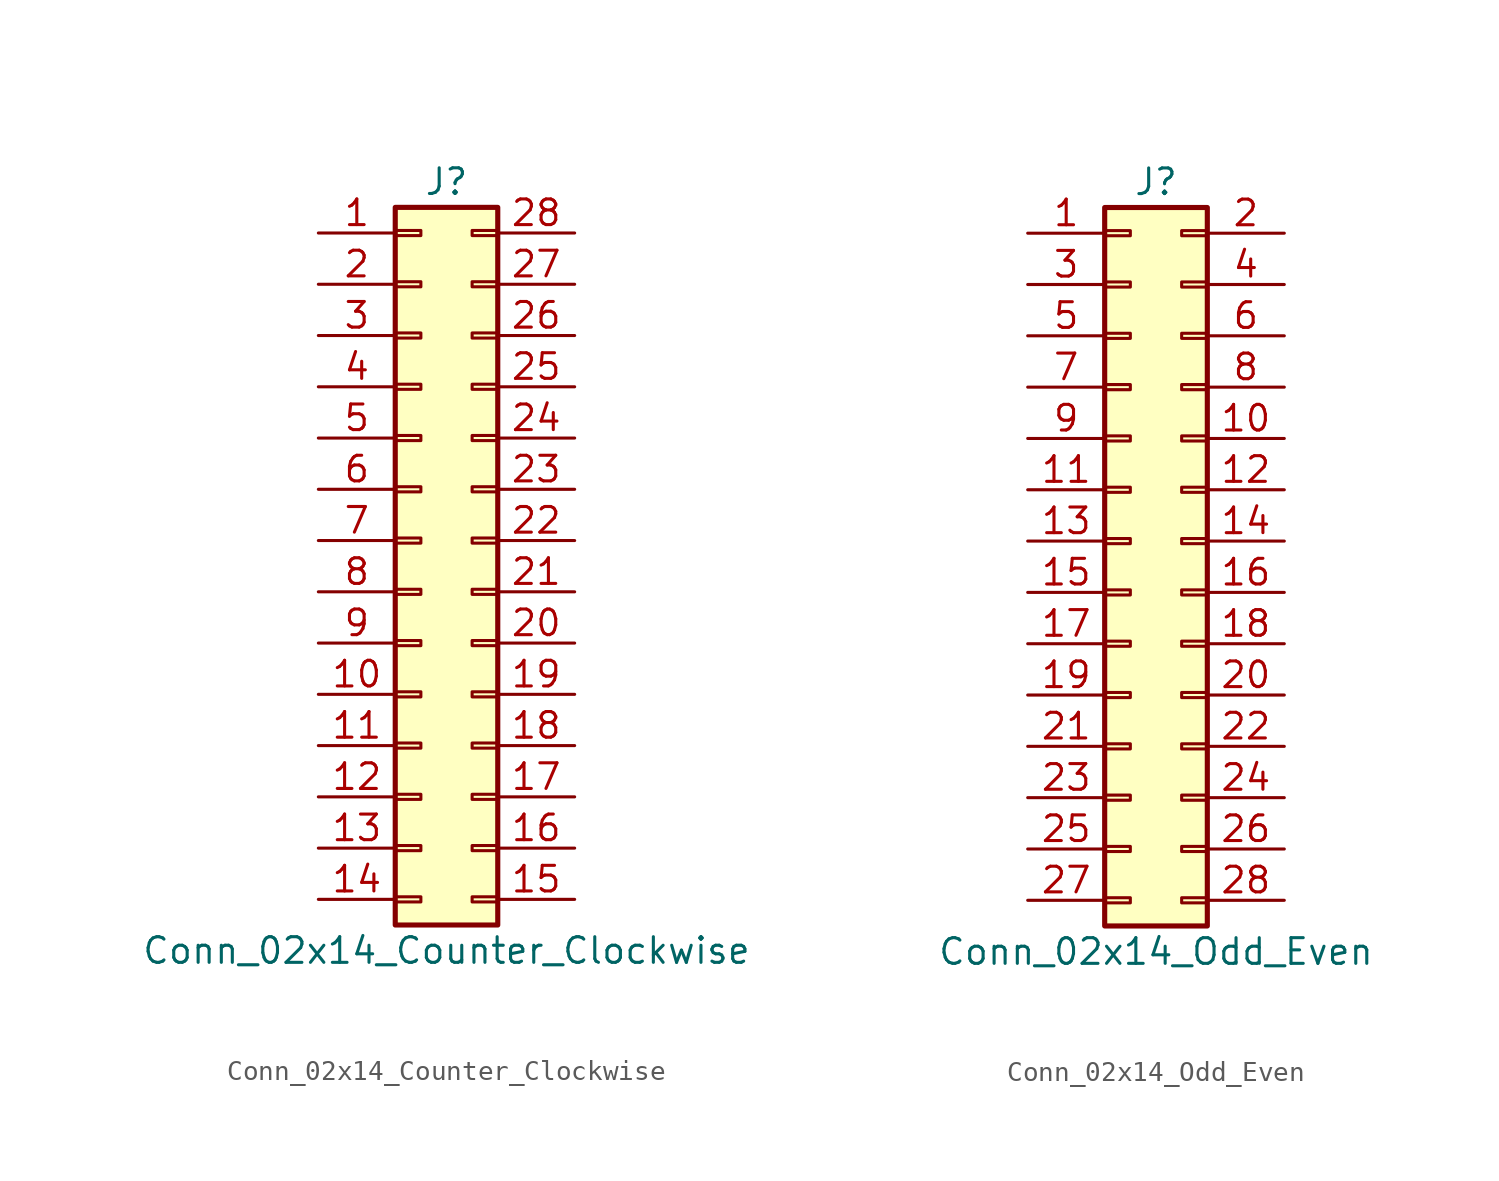
<source format=kicad_sym>
(kicad_symbol_lib
  (version 20201005)
  (generator kicad_symbol_editor)
  (symbol "Connector_Generic:Conn_02x14_Counter_Clockwise"
    (pin_names
      (offset 1.016) hide)
    (property "Reference" "J"
      (at 1.27 17.78 0)
      (effects (font (size 1.27 1.27))))
    (property "Value" "Conn_02x14_Counter_Clockwise"
      (at 1.27 -20.32 0)
      (effects (font (size 1.27 1.27))))
    (symbol "Conn_02x14_Counter_Clockwise_1_1"
      (rectangle (start -1.27 -4.953) (end 0 -5.207) (stroke (width 0.152)) (fill (type none)))
      (rectangle (start -1.27 -7.493) (end 0 -7.747) (stroke (width 0.152)) (fill (type none)))
      (rectangle (start -1.27 -10.033) (end 0 -10.287) (stroke (width 0.152)) (fill (type none)))
      (rectangle (start -1.27 -12.573) (end 0 -12.827) (stroke (width 0.152)) (fill (type none)))
      (rectangle (start -1.27 -15.113) (end 0 -15.367) (stroke (width 0.152)) (fill (type none)))
      (rectangle (start -1.27 -17.653) (end 0 -17.907) (stroke (width 0.152)) (fill (type none)))
      (rectangle (start -1.27 -2.413) (end 0 -2.667) (stroke (width 0.152)) (fill (type none)))
      (rectangle (start -1.27 2.667) (end 0 2.413) (stroke (width 0.152)) (fill (type none)))
      (rectangle (start -1.27 5.207) (end 0 4.953) (stroke (width 0.152)) (fill (type none)))
      (rectangle (start -1.27 7.747) (end 0 7.493) (stroke (width 0.152)) (fill (type none)))
      (rectangle (start -1.27 10.287) (end 0 10.033) (stroke (width 0.152)) (fill (type none)))
      (rectangle (start -1.27 0.127) (end 0 -0.127) (stroke (width 0.152)) (fill (type none)))
      (rectangle (start -1.27 12.827) (end 0 12.573) (stroke (width 0.152)) (fill (type none)))
      (rectangle (start -1.27 15.367) (end 0 15.113) (stroke (width 0.152)) (fill (type none)))
      (rectangle (start -1.27 16.51) (end 3.81 -19.05) (stroke (width 0.254)) (fill (type background)))
      (rectangle (start 3.81 -4.953) (end 2.54 -5.207) (stroke (width 0.152)) (fill (type none)))
      (rectangle (start 3.81 -7.493) (end 2.54 -7.747) (stroke (width 0.152)) (fill (type none)))
      (rectangle (start 3.81 -10.033) (end 2.54 -10.287) (stroke (width 0.152)) (fill (type none)))
      (rectangle (start 3.81 -12.573) (end 2.54 -12.827) (stroke (width 0.152)) (fill (type none)))
      (rectangle (start 3.81 -15.113) (end 2.54 -15.367) (stroke (width 0.152)) (fill (type none)))
      (rectangle (start 3.81 -17.653) (end 2.54 -17.907) (stroke (width 0.152)) (fill (type none)))
      (rectangle (start 3.81 -2.413) (end 2.54 -2.667) (stroke (width 0.152)) (fill (type none)))
      (rectangle (start 3.81 2.667) (end 2.54 2.413) (stroke (width 0.152)) (fill (type none)))
      (rectangle (start 3.81 5.207) (end 2.54 4.953) (stroke (width 0.152)) (fill (type none)))
      (rectangle (start 3.81 7.747) (end 2.54 7.493) (stroke (width 0.152)) (fill (type none)))
      (rectangle (start 3.81 10.287) (end 2.54 10.033) (stroke (width 0.152)) (fill (type none)))
      (rectangle (start 3.81 0.127) (end 2.54 -0.127) (stroke (width 0.152)) (fill (type none)))
      (rectangle (start 3.81 12.827) (end 2.54 12.573) (stroke (width 0.152)) (fill (type none)))
      (rectangle (start 3.81 15.367) (end 2.54 15.113) (stroke (width 0.152)) (fill (type none)))
      (pin passive line (at -5.08 15.24 0) (length 3.81) (name "Pin_1" (effects (font (size 1.27 1.27)))) (number "1" (effects (font (size 1.27 1.27)))))
      (pin passive line (at -5.08 -7.62 0) (length 3.81) (name "Pin_10" (effects (font (size 1.27 1.27)))) (number "10" (effects (font (size 1.27 1.27)))))
      (pin passive line (at -5.08 -10.16 0) (length 3.81) (name "Pin_11" (effects (font (size 1.27 1.27)))) (number "11" (effects (font (size 1.27 1.27)))))
      (pin passive line (at -5.08 -12.7 0) (length 3.81) (name "Pin_12" (effects (font (size 1.27 1.27)))) (number "12" (effects (font (size 1.27 1.27)))))
      (pin passive line (at -5.08 -15.24 0) (length 3.81) (name "Pin_13" (effects (font (size 1.27 1.27)))) (number "13" (effects (font (size 1.27 1.27)))))
      (pin passive line (at -5.08 -17.78 0) (length 3.81) (name "Pin_14" (effects (font (size 1.27 1.27)))) (number "14" (effects (font (size 1.27 1.27)))))
      (pin passive line (at 7.62 -17.78 180) (length 3.81) (name "Pin_15" (effects (font (size 1.27 1.27)))) (number "15" (effects (font (size 1.27 1.27)))))
      (pin passive line (at 7.62 -15.24 180) (length 3.81) (name "Pin_16" (effects (font (size 1.27 1.27)))) (number "16" (effects (font (size 1.27 1.27)))))
      (pin passive line (at 7.62 -12.7 180) (length 3.81) (name "Pin_17" (effects (font (size 1.27 1.27)))) (number "17" (effects (font (size 1.27 1.27)))))
      (pin passive line (at 7.62 -10.16 180) (length 3.81) (name "Pin_18" (effects (font (size 1.27 1.27)))) (number "18" (effects (font (size 1.27 1.27)))))
      (pin passive line (at 7.62 -7.62 180) (length 3.81) (name "Pin_19" (effects (font (size 1.27 1.27)))) (number "19" (effects (font (size 1.27 1.27)))))
      (pin passive line (at -5.08 12.7 0) (length 3.81) (name "Pin_2" (effects (font (size 1.27 1.27)))) (number "2" (effects (font (size 1.27 1.27)))))
      (pin passive line (at 7.62 -5.08 180) (length 3.81) (name "Pin_20" (effects (font (size 1.27 1.27)))) (number "20" (effects (font (size 1.27 1.27)))))
      (pin passive line (at 7.62 -2.54 180) (length 3.81) (name "Pin_21" (effects (font (size 1.27 1.27)))) (number "21" (effects (font (size 1.27 1.27)))))
      (pin passive line (at 7.62 0 180) (length 3.81) (name "Pin_22" (effects (font (size 1.27 1.27)))) (number "22" (effects (font (size 1.27 1.27)))))
      (pin passive line (at 7.62 2.54 180) (length 3.81) (name "Pin_23" (effects (font (size 1.27 1.27)))) (number "23" (effects (font (size 1.27 1.27)))))
      (pin passive line (at 7.62 5.08 180) (length 3.81) (name "Pin_24" (effects (font (size 1.27 1.27)))) (number "24" (effects (font (size 1.27 1.27)))))
      (pin passive line (at 7.62 7.62 180) (length 3.81) (name "Pin_25" (effects (font (size 1.27 1.27)))) (number "25" (effects (font (size 1.27 1.27)))))
      (pin passive line (at 7.62 10.16 180) (length 3.81) (name "Pin_26" (effects (font (size 1.27 1.27)))) (number "26" (effects (font (size 1.27 1.27)))))
      (pin passive line (at 7.62 12.7 180) (length 3.81) (name "Pin_27" (effects (font (size 1.27 1.27)))) (number "27" (effects (font (size 1.27 1.27)))))
      (pin passive line (at 7.62 15.24 180) (length 3.81) (name "Pin_28" (effects (font (size 1.27 1.27)))) (number "28" (effects (font (size 1.27 1.27)))))
      (pin passive line (at -5.08 10.16 0) (length 3.81) (name "Pin_3" (effects (font (size 1.27 1.27)))) (number "3" (effects (font (size 1.27 1.27)))))
      (pin passive line (at -5.08 7.62 0) (length 3.81) (name "Pin_4" (effects (font (size 1.27 1.27)))) (number "4" (effects (font (size 1.27 1.27)))))
      (pin passive line (at -5.08 5.08 0) (length 3.81) (name "Pin_5" (effects (font (size 1.27 1.27)))) (number "5" (effects (font (size 1.27 1.27)))))
      (pin passive line (at -5.08 2.54 0) (length 3.81) (name "Pin_6" (effects (font (size 1.27 1.27)))) (number "6" (effects (font (size 1.27 1.27)))))
      (pin passive line (at -5.08 0 0) (length 3.81) (name "Pin_7" (effects (font (size 1.27 1.27)))) (number "7" (effects (font (size 1.27 1.27)))))
      (pin passive line (at -5.08 -2.54 0) (length 3.81) (name "Pin_8" (effects (font (size 1.27 1.27)))) (number "8" (effects (font (size 1.27 1.27)))))
      (pin passive line (at -5.08 -5.08 0) (length 3.81) (name "Pin_9" (effects (font (size 1.27 1.27)))) (number "9" (effects (font (size 1.27 1.27)))))))
  (symbol "Connector_Generic:Conn_02x14_Odd_Even"
    (pin_names
      (offset 1.016) hide)
    (property "Reference" "J"
      (at 1.27 17.78 0)
      (effects (font (size 1.27 1.27))))
    (property "Value" "Conn_02x14_Odd_Even"
      (at 1.27 -20.32 0)
      (effects (font (size 1.27 1.27))))
    (symbol "Conn_02x14_Odd_Even_1_1"
      (rectangle (start -1.27 -4.953) (end 0 -5.207) (stroke (width 0.152)) (fill (type none)))
      (rectangle (start -1.27 -7.493) (end 0 -7.747) (stroke (width 0.152)) (fill (type none)))
      (rectangle (start -1.27 -10.033) (end 0 -10.287) (stroke (width 0.152)) (fill (type none)))
      (rectangle (start -1.27 -12.573) (end 0 -12.827) (stroke (width 0.152)) (fill (type none)))
      (rectangle (start -1.27 -15.113) (end 0 -15.367) (stroke (width 0.152)) (fill (type none)))
      (rectangle (start -1.27 -17.653) (end 0 -17.907) (stroke (width 0.152)) (fill (type none)))
      (rectangle (start -1.27 -2.413) (end 0 -2.667) (stroke (width 0.152)) (fill (type none)))
      (rectangle (start -1.27 2.667) (end 0 2.413) (stroke (width 0.152)) (fill (type none)))
      (rectangle (start -1.27 5.207) (end 0 4.953) (stroke (width 0.152)) (fill (type none)))
      (rectangle (start -1.27 7.747) (end 0 7.493) (stroke (width 0.152)) (fill (type none)))
      (rectangle (start -1.27 10.287) (end 0 10.033) (stroke (width 0.152)) (fill (type none)))
      (rectangle (start -1.27 0.127) (end 0 -0.127) (stroke (width 0.152)) (fill (type none)))
      (rectangle (start -1.27 12.827) (end 0 12.573) (stroke (width 0.152)) (fill (type none)))
      (rectangle (start -1.27 15.367) (end 0 15.113) (stroke (width 0.152)) (fill (type none)))
      (rectangle (start -1.27 16.51) (end 3.81 -19.05) (stroke (width 0.254)) (fill (type background)))
      (rectangle (start 3.81 -4.953) (end 2.54 -5.207) (stroke (width 0.152)) (fill (type none)))
      (rectangle (start 3.81 -7.493) (end 2.54 -7.747) (stroke (width 0.152)) (fill (type none)))
      (rectangle (start 3.81 -10.033) (end 2.54 -10.287) (stroke (width 0.152)) (fill (type none)))
      (rectangle (start 3.81 -12.573) (end 2.54 -12.827) (stroke (width 0.152)) (fill (type none)))
      (rectangle (start 3.81 -15.113) (end 2.54 -15.367) (stroke (width 0.152)) (fill (type none)))
      (rectangle (start 3.81 -17.653) (end 2.54 -17.907) (stroke (width 0.152)) (fill (type none)))
      (rectangle (start 3.81 -2.413) (end 2.54 -2.667) (stroke (width 0.152)) (fill (type none)))
      (rectangle (start 3.81 2.667) (end 2.54 2.413) (stroke (width 0.152)) (fill (type none)))
      (rectangle (start 3.81 5.207) (end 2.54 4.953) (stroke (width 0.152)) (fill (type none)))
      (rectangle (start 3.81 7.747) (end 2.54 7.493) (stroke (width 0.152)) (fill (type none)))
      (rectangle (start 3.81 10.287) (end 2.54 10.033) (stroke (width 0.152)) (fill (type none)))
      (rectangle (start 3.81 0.127) (end 2.54 -0.127) (stroke (width 0.152)) (fill (type none)))
      (rectangle (start 3.81 12.827) (end 2.54 12.573) (stroke (width 0.152)) (fill (type none)))
      (rectangle (start 3.81 15.367) (end 2.54 15.113) (stroke (width 0.152)) (fill (type none)))
      (pin passive line (at -5.08 15.24 0) (length 3.81) (name "Pin_1" (effects (font (size 1.27 1.27)))) (number "1" (effects (font (size 1.27 1.27)))))
      (pin passive line (at 7.62 5.08 180) (length 3.81) (name "Pin_10" (effects (font (size 1.27 1.27)))) (number "10" (effects (font (size 1.27 1.27)))))
      (pin passive line (at -5.08 2.54 0) (length 3.81) (name "Pin_11" (effects (font (size 1.27 1.27)))) (number "11" (effects (font (size 1.27 1.27)))))
      (pin passive line (at 7.62 2.54 180) (length 3.81) (name "Pin_12" (effects (font (size 1.27 1.27)))) (number "12" (effects (font (size 1.27 1.27)))))
      (pin passive line (at -5.08 0 0) (length 3.81) (name "Pin_13" (effects (font (size 1.27 1.27)))) (number "13" (effects (font (size 1.27 1.27)))))
      (pin passive line (at 7.62 0 180) (length 3.81) (name "Pin_14" (effects (font (size 1.27 1.27)))) (number "14" (effects (font (size 1.27 1.27)))))
      (pin passive line (at -5.08 -2.54 0) (length 3.81) (name "Pin_15" (effects (font (size 1.27 1.27)))) (number "15" (effects (font (size 1.27 1.27)))))
      (pin passive line (at 7.62 -2.54 180) (length 3.81) (name "Pin_16" (effects (font (size 1.27 1.27)))) (number "16" (effects (font (size 1.27 1.27)))))
      (pin passive line (at -5.08 -5.08 0) (length 3.81) (name "Pin_17" (effects (font (size 1.27 1.27)))) (number "17" (effects (font (size 1.27 1.27)))))
      (pin passive line (at 7.62 -5.08 180) (length 3.81) (name "Pin_18" (effects (font (size 1.27 1.27)))) (number "18" (effects (font (size 1.27 1.27)))))
      (pin passive line (at -5.08 -7.62 0) (length 3.81) (name "Pin_19" (effects (font (size 1.27 1.27)))) (number "19" (effects (font (size 1.27 1.27)))))
      (pin passive line (at 7.62 15.24 180) (length 3.81) (name "Pin_2" (effects (font (size 1.27 1.27)))) (number "2" (effects (font (size 1.27 1.27)))))
      (pin passive line (at 7.62 -7.62 180) (length 3.81) (name "Pin_20" (effects (font (size 1.27 1.27)))) (number "20" (effects (font (size 1.27 1.27)))))
      (pin passive line (at -5.08 -10.16 0) (length 3.81) (name "Pin_21" (effects (font (size 1.27 1.27)))) (number "21" (effects (font (size 1.27 1.27)))))
      (pin passive line (at 7.62 -10.16 180) (length 3.81) (name "Pin_22" (effects (font (size 1.27 1.27)))) (number "22" (effects (font (size 1.27 1.27)))))
      (pin passive line (at -5.08 -12.7 0) (length 3.81) (name "Pin_23" (effects (font (size 1.27 1.27)))) (number "23" (effects (font (size 1.27 1.27)))))
      (pin passive line (at 7.62 -12.7 180) (length 3.81) (name "Pin_24" (effects (font (size 1.27 1.27)))) (number "24" (effects (font (size 1.27 1.27)))))
      (pin passive line (at -5.08 -15.24 0) (length 3.81) (name "Pin_25" (effects (font (size 1.27 1.27)))) (number "25" (effects (font (size 1.27 1.27)))))
      (pin passive line (at 7.62 -15.24 180) (length 3.81) (name "Pin_26" (effects (font (size 1.27 1.27)))) (number "26" (effects (font (size 1.27 1.27)))))
      (pin passive line (at -5.08 -17.78 0) (length 3.81) (name "Pin_27" (effects (font (size 1.27 1.27)))) (number "27" (effects (font (size 1.27 1.27)))))
      (pin passive line (at 7.62 -17.78 180) (length 3.81) (name "Pin_28" (effects (font (size 1.27 1.27)))) (number "28" (effects (font (size 1.27 1.27)))))
      (pin passive line (at -5.08 12.7 0) (length 3.81) (name "Pin_3" (effects (font (size 1.27 1.27)))) (number "3" (effects (font (size 1.27 1.27)))))
      (pin passive line (at 7.62 12.7 180) (length 3.81) (name "Pin_4" (effects (font (size 1.27 1.27)))) (number "4" (effects (font (size 1.27 1.27)))))
      (pin passive line (at -5.08 10.16 0) (length 3.81) (name "Pin_5" (effects (font (size 1.27 1.27)))) (number "5" (effects (font (size 1.27 1.27)))))
      (pin passive line (at 7.62 10.16 180) (length 3.81) (name "Pin_6" (effects (font (size 1.27 1.27)))) (number "6" (effects (font (size 1.27 1.27)))))
      (pin passive line (at -5.08 7.62 0) (length 3.81) (name "Pin_7" (effects (font (size 1.27 1.27)))) (number "7" (effects (font (size 1.27 1.27)))))
      (pin passive line (at 7.62 7.62 180) (length 3.81) (name "Pin_8" (effects (font (size 1.27 1.27)))) (number "8" (effects (font (size 1.27 1.27)))))
      (pin passive line (at -5.08 5.08 0) (length 3.81) (name "Pin_9" (effects (font (size 1.27 1.27)))) (number "9" (effects (font (size 1.27 1.27))))))))
</source>
